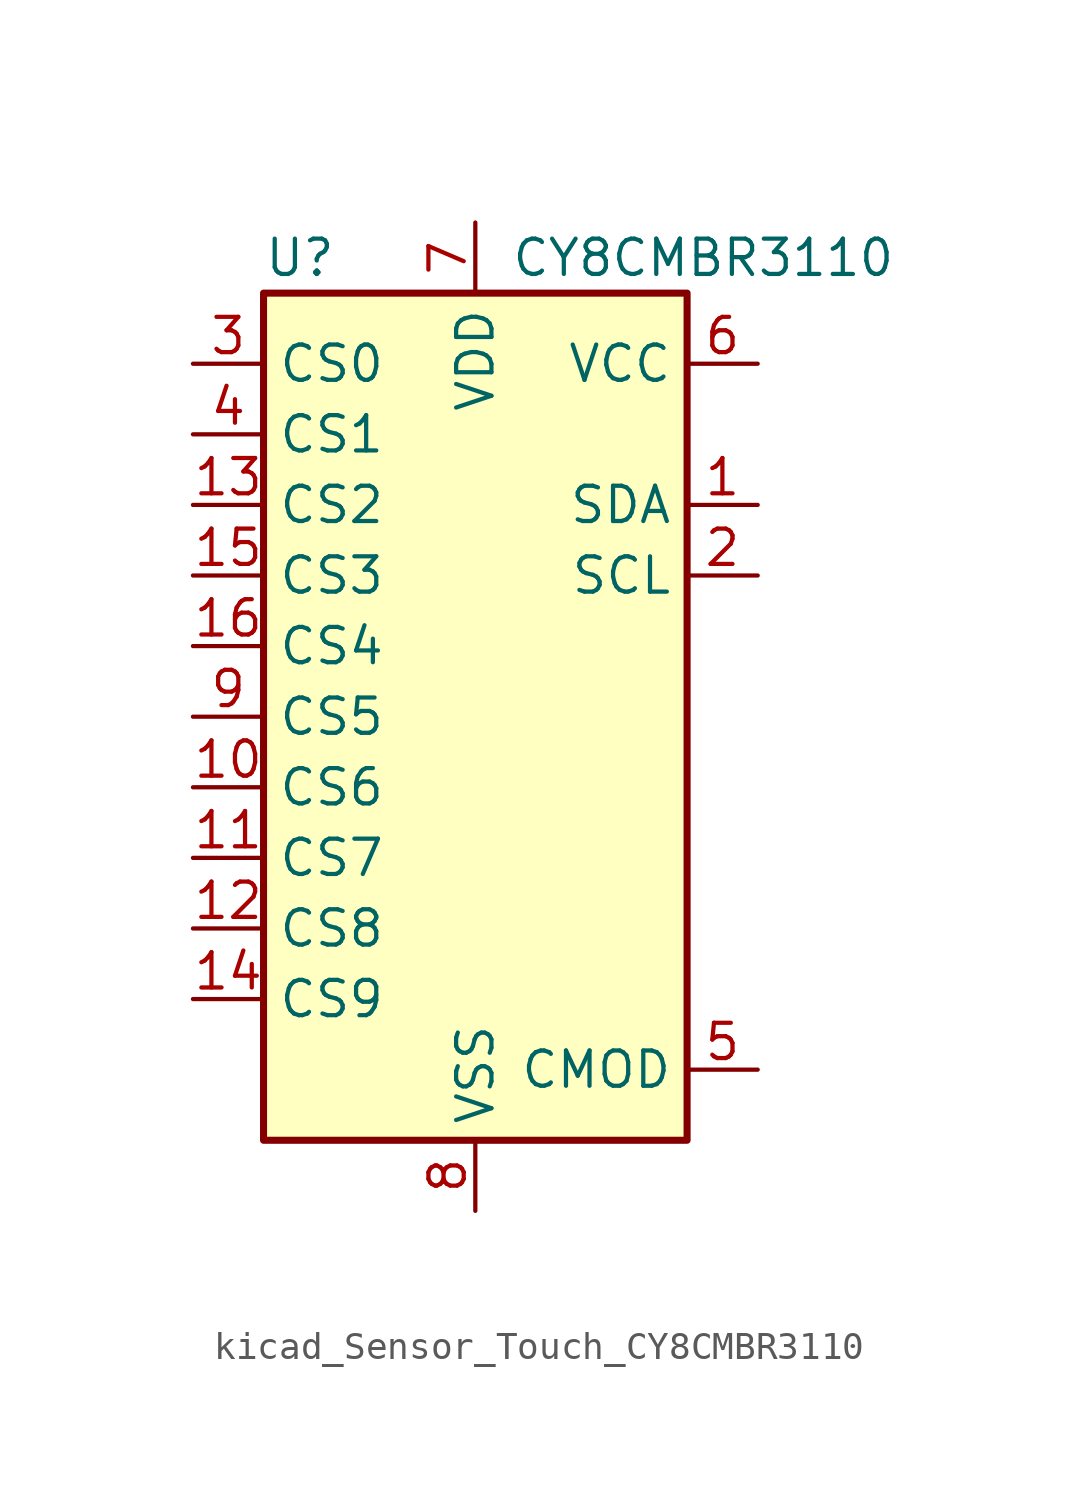
<source format=kicad_sym>
(kicad_symbol_lib
  (version 20220914)
  (generator kicad_symbol_editor)
  (symbol "kicad_Sensor_Touch_CY8CMBR3110"
    (property "Reference" "U"
      (at -7.62 16.51 0)
      (effects (font (size 1.27 1.27)) (justify left)))
    (property "Value" "CY8CMBR3110"
      (at 1.27 16.51 0)
      (effects (font (size 1.27 1.27)) (justify left)))
    (symbol "kicad_Sensor_Touch_CY8CMBR3110_0_1"
      (rectangle (start -7.62 15.24) (end 7.62 -15.24) (stroke (width 0.254) (type default)) (fill (type background))))
    (symbol "kicad_Sensor_Touch_CY8CMBR3110_1_1"
      (pin bidirectional line (at 10.16 7.62 180) (length 2.54) (name "SDA" (effects (font (size 1.27 1.27)))) (number "1" (effects (font (size 1.27 1.27)))))
      (pin passive line (at -10.16 -2.54 0) (length 2.54) (name "CS6" (effects (font (size 1.27 1.27)))) (number "10" (effects (font (size 1.27 1.27)))))
      (pin passive line (at -10.16 -5.08 0) (length 2.54) (name "CS7" (effects (font (size 1.27 1.27)))) (number "11" (effects (font (size 1.27 1.27)))))
      (pin passive line (at -10.16 -7.62 0) (length 2.54) (name "CS8" (effects (font (size 1.27 1.27)))) (number "12" (effects (font (size 1.27 1.27)))))
      (pin passive line (at -10.16 7.62 0) (length 2.54) (name "CS2" (effects (font (size 1.27 1.27)))) (number "13" (effects (font (size 1.27 1.27)))))
      (pin passive line (at -10.16 -10.16 0) (length 2.54) (name "CS9" (effects (font (size 1.27 1.27)))) (number "14" (effects (font (size 1.27 1.27)))))
      (pin passive line (at -10.16 5.08 0) (length 2.54) (name "CS3" (effects (font (size 1.27 1.27)))) (number "15" (effects (font (size 1.27 1.27)))))
      (pin passive line (at -10.16 2.54 0) (length 2.54) (name "CS4" (effects (font (size 1.27 1.27)))) (number "16" (effects (font (size 1.27 1.27)))))
      (pin input line (at 10.16 5.08 180) (length 2.54) (name "SCL" (effects (font (size 1.27 1.27)))) (number "2" (effects (font (size 1.27 1.27)))))
      (pin passive line (at -10.16 12.7 0) (length 2.54) (name "CS0" (effects (font (size 1.27 1.27)))) (number "3" (effects (font (size 1.27 1.27)))))
      (pin passive line (at -10.16 10.16 0) (length 2.54) (name "CS1" (effects (font (size 1.27 1.27)))) (number "4" (effects (font (size 1.27 1.27)))))
      (pin passive line (at 10.16 -12.7 180) (length 2.54) (name "CMOD" (effects (font (size 1.27 1.27)))) (number "5" (effects (font (size 1.27 1.27)))))
      (pin passive line (at 10.16 12.7 180) (length 2.54) (name "VCC" (effects (font (size 1.27 1.27)))) (number "6" (effects (font (size 1.27 1.27)))))
      (pin power_in line (at 0 17.78 270) (length 2.54) (name "VDD" (effects (font (size 1.27 1.27)))) (number "7" (effects (font (size 1.27 1.27)))))
      (pin power_in line (at 0 -17.78 90) (length 2.54) (name "VSS" (effects (font (size 1.27 1.27)))) (number "8" (effects (font (size 1.27 1.27)))))
      (pin passive line (at -10.16 0 0) (length 2.54) (name "CS5" (effects (font (size 1.27 1.27)))) (number "9" (effects (font (size 1.27 1.27))))))))
</source>
